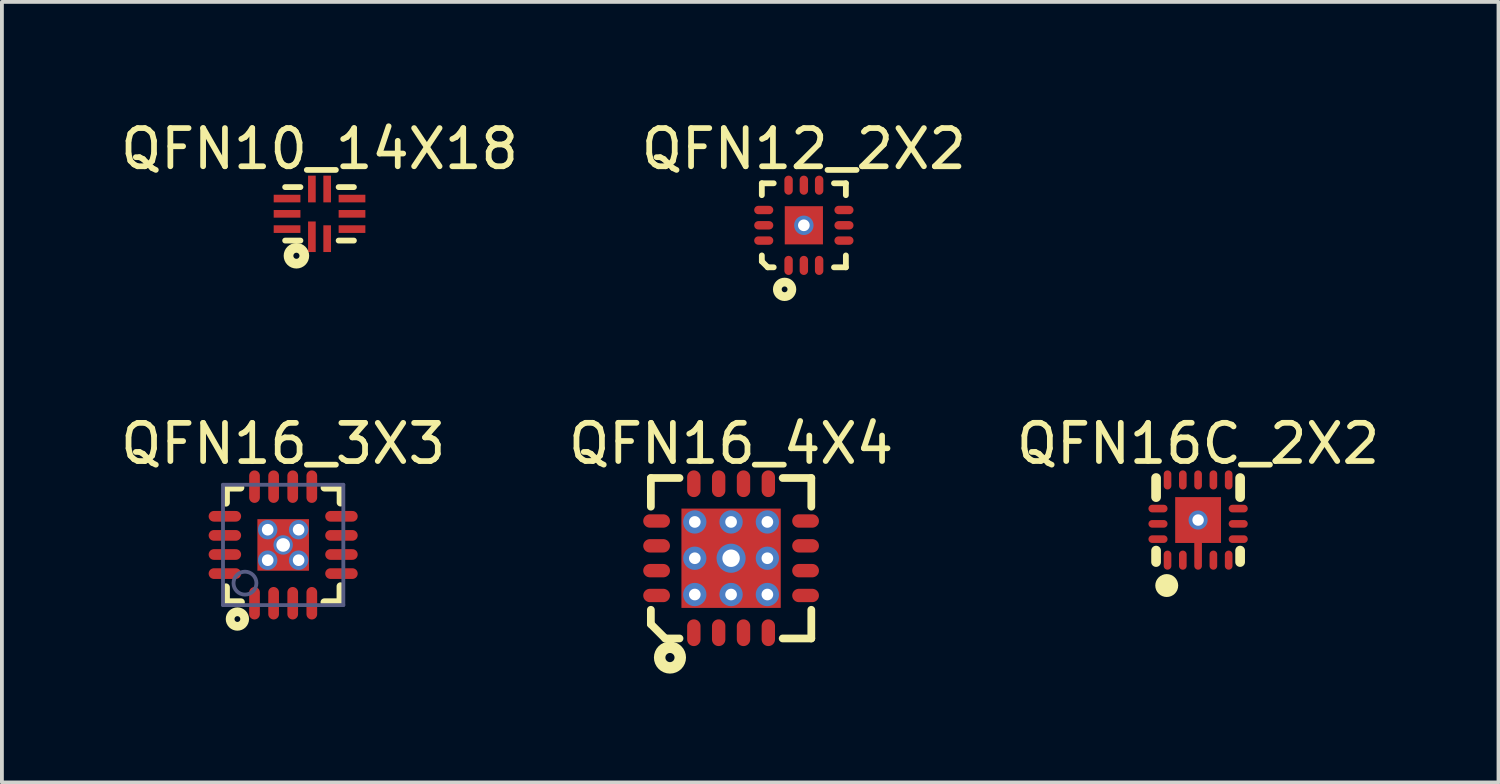
<source format=kicad_pcb>
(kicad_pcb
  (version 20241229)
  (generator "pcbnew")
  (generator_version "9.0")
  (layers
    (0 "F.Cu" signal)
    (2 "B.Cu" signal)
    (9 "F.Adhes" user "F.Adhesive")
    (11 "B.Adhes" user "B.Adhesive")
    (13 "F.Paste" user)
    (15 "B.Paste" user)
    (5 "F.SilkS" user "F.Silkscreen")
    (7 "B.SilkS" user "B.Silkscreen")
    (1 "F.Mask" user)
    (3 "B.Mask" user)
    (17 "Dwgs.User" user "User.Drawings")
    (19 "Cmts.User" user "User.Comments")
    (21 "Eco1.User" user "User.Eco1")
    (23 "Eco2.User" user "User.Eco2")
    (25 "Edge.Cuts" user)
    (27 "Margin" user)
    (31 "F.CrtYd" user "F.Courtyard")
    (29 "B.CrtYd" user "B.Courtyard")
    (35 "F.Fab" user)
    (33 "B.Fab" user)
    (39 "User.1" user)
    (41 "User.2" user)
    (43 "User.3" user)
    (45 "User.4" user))
  (footprint "QFN16_4X4"
    (layer "F.Cu")
    (at 16.089 11.564)
    (property "Reference" "QFN16_4X4" (at 0 -3 0) (layer "F.SilkS") (effects (font (size 1 1) (thickness 0.15))))
    (fp_line (start -2.1 -2.1) (end -1.35 -2.1) (stroke (width 0.203) (type solid)) (layer "F.SilkS"))
    (fp_line (start -2.1 -1.35) (end -2.1 -2.1) (stroke (width 0.203) (type solid)) (layer "F.SilkS"))
    (fp_line (start -2.1 1.725) (end -2.1 1.35) (stroke (width 0.203) (type solid)) (layer "F.SilkS"))
    (fp_line (start -2.1 1.725) (end -1.725 2.1) (stroke (width 0.203) (type solid)) (layer "F.SilkS"))
    (fp_line (start -1.725 2.1) (end -1.35 2.1) (stroke (width 0.203) (type solid)) (layer "F.SilkS"))
    (fp_line (start 1.35 -2.1) (end 2.1 -2.1) (stroke (width 0.203) (type solid)) (layer "F.SilkS"))
    (fp_line (start 1.35 2.1) (end 2.1 2.1) (stroke (width 0.203) (type solid)) (layer "F.SilkS"))
    (fp_line (start 2.1 -1.35) (end 2.1 -2.1) (stroke (width 0.203) (type solid)) (layer "F.SilkS"))
    (fp_line (start 2.1 2.1) (end 2.1 1.35) (stroke (width 0.203) (type solid)) (layer "F.SilkS"))
    (fp_circle (center -1.6 2.6) (end -1.6 2.48) (stroke (width 0.3) (type solid)) (fill no) (layer "F.SilkS"))
    (pad "0" thru_hole circle (at -0.95 -0.95) (size 0.61 0.61) (drill 0.305) (layers "*.Cu"))
    (pad "0" thru_hole circle (at -0.95 0) (size 0.61 0.61) (drill 0.305) (layers "*.Cu"))
    (pad "0" thru_hole circle (at -0.95 0.95) (size 0.61 0.61) (drill 0.305) (layers "*.Cu"))
    (pad "0" thru_hole circle (at 0 -0.95) (size 0.61 0.61) (drill 0.305) (layers "*.Cu"))
    (pad "0" thru_hole circle (at 0 0) (size 0.762 0.762) (drill 0.457) (layers "*.Cu" "*.Mask"))
    (pad "0" smd rect (at 0 0) (size 2.6 2.6) (layers "F.Cu" "F.Mask" "F.Paste"))
    (pad "0" thru_hole circle (at 0 0.95) (size 0.61 0.61) (drill 0.305) (layers "*.Cu"))
    (pad "0" thru_hole circle (at 0.95 -0.95) (size 0.61 0.61) (drill 0.305) (layers "*.Cu"))
    (pad "0" thru_hole circle (at 0.95 0) (size 0.61 0.61) (drill 0.305) (layers "*.Cu"))
    (pad "0" thru_hole circle (at 0.95 0.95) (size 0.61 0.61) (drill 0.305) (layers "*.Cu"))
    (pad "1" smd oval (at -0.975 1.95) (size 0.35 0.7) (layers "F.Cu" "F.Mask" "F.Paste"))
    (pad "2" smd oval (at -0.325 1.95) (size 0.35 0.7) (layers "F.Cu" "F.Mask" "F.Paste"))
    (pad "3" smd oval (at 0.325 1.95) (size 0.35 0.7) (layers "F.Cu" "F.Mask" "F.Paste"))
    (pad "4" smd oval (at 0.975 1.95) (size 0.35 0.7) (layers "F.Cu" "F.Mask" "F.Paste"))
    (pad "5" smd oval (at 1.95 0.975 90) (size 0.35 0.7) (layers "F.Cu" "F.Mask" "F.Paste"))
    (pad "6" smd oval (at 1.95 0.325 90) (size 0.35 0.7) (layers "F.Cu" "F.Mask" "F.Paste"))
    (pad "7" smd oval (at 1.95 -0.325 90) (size 0.35 0.7) (layers "F.Cu" "F.Mask" "F.Paste"))
    (pad "8" smd oval (at 1.95 -0.975 90) (size 0.35 0.7) (layers "F.Cu" "F.Mask" "F.Paste"))
    (pad "9" smd oval (at 0.975 -1.95 180) (size 0.35 0.7) (layers "F.Cu" "F.Mask" "F.Paste"))
    (pad "10" smd oval (at 0.325 -1.95 180) (size 0.35 0.7) (layers "F.Cu" "F.Mask" "F.Paste"))
    (pad "11" smd oval (at -0.325 -1.95 180) (size 0.35 0.7) (layers "F.Cu" "F.Mask" "F.Paste"))
    (pad "12" smd oval (at -0.975 -1.95 180) (size 0.35 0.7) (layers "F.Cu" "F.Mask" "F.Paste"))
    (pad "13" smd oval (at -1.95 -0.975 270) (size 0.35 0.7) (layers "F.Cu" "F.Mask" "F.Paste"))
    (pad "14" smd oval (at -1.95 -0.325 270) (size 0.35 0.7) (layers "F.Cu" "F.Mask" "F.Paste"))
    (pad "15" smd oval (at -1.95 0.325 270) (size 0.35 0.7) (layers "F.Cu" "F.Mask" "F.Paste"))
    (pad "16" smd oval (at -1.95 0.975 270) (size 0.35 0.7) (layers "F.Cu" "F.Mask" "F.Paste")))
  (footprint "QFN16C_2X2"
    (layer "F.Cu")
    (at 28.315 10.564)
    (property "Reference" "QFN16C_2X2" (at 0 -2 0) (layer "F.SilkS") (effects (font (size 1 1) (thickness 0.15))))
    (fp_line (start -1.1 -0.6) (end -1.1 -1.1) (stroke (width 0.254) (type solid)) (layer "F.SilkS"))
    (fp_line (start -1.1 1.1) (end -1.1 0.8) (stroke (width 0.254) (type solid)) (layer "F.SilkS"))
    (fp_line (start 1.1 -0.6) (end 1.1 -1.1) (stroke (width 0.254) (type solid)) (layer "F.SilkS"))
    (fp_line (start 1.1 1.1) (end 1.1 0.8) (stroke (width 0.254) (type solid)) (layer "F.SilkS"))
    (fp_circle (center -0.821 1.715) (end -0.821 1.565) (stroke (width 0.3) (type solid)) (fill no) (layer "F.SilkS"))
    (fp_line (start -1 -1) (end 1 -1) (stroke (width 0.15) (type solid)) (layer "Eco2.User"))
    (fp_line (start -1 1) (end -1 -1) (stroke (width 0.15) (type solid)) (layer "Eco2.User"))
    (fp_line (start -1 1) (end 1 1) (stroke (width 0.15) (type solid)) (layer "Eco2.User"))
    (fp_line (start 1 1) (end 1 -1) (stroke (width 0.15) (type solid)) (layer "Eco2.User"))
    (pad "0" thru_hole circle (at 0 0 90) (size 0.5 0.5) (drill 0.3) (layers "*.Cu" "*.Mask"))
    (pad "0" smd rect (at 0 0 90) (size 1.2 1.2) (layers "F.Cu" "F.Mask" "F.Paste"))
    (pad "1" smd oval (at -0.8 1.05 180) (size 0.2 0.5) (layers "F.Cu" "F.Mask" "F.Paste"))
    (pad "2" smd oval (at -0.4 1.05 180) (size 0.2 0.5) (layers "F.Cu" "F.Mask" "F.Paste"))
    (pad "3" smd oval (at 0 0.8) (size 0.2 1) (layers "F.Cu" "F.Mask" "F.Paste"))
    (pad "4" smd oval (at 0.4 1.05 180) (size 0.2 0.5) (layers "F.Cu" "F.Mask" "F.Paste"))
    (pad "5" smd oval (at 0.8 1.05) (size 0.2 0.5) (layers "F.Cu" "F.Mask" "F.Paste"))
    (pad "6" smd oval (at 1.05 0.5 90) (size 0.2 0.5) (layers "F.Cu" "F.Mask" "F.Paste"))
    (pad "7" smd oval (at 1.05 0.1 90) (size 0.2 0.5) (layers "F.Cu" "F.Mask" "F.Paste"))
    (pad "8" smd oval (at 1.05 -0.3 90) (size 0.2 0.5) (layers "F.Cu" "F.Mask" "F.Paste"))
    (pad "9" smd oval (at 0.8 -1.05) (size 0.2 0.5) (layers "F.Cu" "F.Mask" "F.Paste"))
    (pad "10" smd oval (at 0.4 -1.05 180) (size 0.2 0.5) (layers "F.Cu" "F.Mask" "F.Paste"))
    (pad "11" smd oval (at 0 -1.05) (size 0.2 0.5) (layers "F.Cu" "F.Mask" "F.Paste"))
    (pad "12" smd oval (at -0.4 -1.05 180) (size 0.2 0.5) (layers "F.Cu" "F.Mask" "F.Paste"))
    (pad "13" smd oval (at -0.8 -1.05 180) (size 0.2 0.5) (layers "F.Cu" "F.Mask" "F.Paste"))
    (pad "14" smd oval (at -1.05 -0.3 90) (size 0.2 0.5) (layers "F.Cu" "F.Mask" "F.Paste"))
    (pad "15" smd oval (at -1.05 0.1 90) (size 0.2 0.5) (layers "F.Cu" "F.Mask" "F.Paste"))
    (pad "16" smd oval (at -1.05 0.5 90) (size 0.2 0.5) (layers "F.Cu" "F.Mask" "F.Paste")))
  (footprint "QFN10_14X18"
    (layer "F.Cu")
    (at 5.315 2.548)
    (property "Reference" "QFN10_14X18" (at 0 -1.7 0) (layer "F.SilkS") (effects (font (size 1 1) (thickness 0.15))))
    (fp_line (start -0.9 -0.7) (end -0.5 -0.7) (stroke (width 0.152) (type solid)) (layer "F.SilkS"))
    (fp_line (start -0.9 0.7) (end -0.5 0.7) (stroke (width 0.152) (type solid)) (layer "F.SilkS"))
    (fp_line (start 0.5 -0.7) (end 0.9 -0.7) (stroke (width 0.152) (type solid)) (layer "F.SilkS"))
    (fp_line (start 0.5 0.7) (end 0.9 0.7) (stroke (width 0.152) (type solid)) (layer "F.SilkS"))
    (fp_circle (center -0.605 1.098) (end -0.605 1.018) (stroke (width 0.254) (type solid)) (fill no) (layer "F.SilkS"))
    (pad "1" smd rect (at -0.2 0.6) (size 0.2 0.8) (layers "F.Cu" "F.Mask" "F.Paste"))
    (pad "2" smd rect (at 0.2 0.65) (size 0.2 0.7) (layers "F.Cu" "F.Mask" "F.Paste"))
    (pad "3" smd rect (at 0.85 0.4 90) (size 0.2 0.7) (layers "F.Cu" "F.Mask" "F.Paste"))
    (pad "4" smd rect (at 0.85 0 90) (size 0.2 0.7) (layers "F.Cu" "F.Mask" "F.Paste"))
    (pad "5" smd rect (at 0.85 -0.4 90) (size 0.2 0.7) (layers "F.Cu" "F.Mask" "F.Paste"))
    (pad "6" smd rect (at 0.2 -0.65) (size 0.2 0.7) (layers "F.Cu" "F.Mask" "F.Paste"))
    (pad "7" smd rect (at -0.2 -0.65) (size 0.2 0.7) (layers "F.Cu" "F.Mask" "F.Paste"))
    (pad "8" smd rect (at -0.85 -0.4 90) (size 0.2 0.7) (layers "F.Cu" "F.Mask" "F.Paste"))
    (pad "9" smd rect (at -0.85 0 90) (size 0.2 0.7) (layers "F.Cu" "F.Mask" "F.Paste"))
    (pad "10" smd rect (at -0.85 0.4 90) (size 0.2 0.7) (layers "F.Cu" "F.Mask" "F.Paste")))
  (footprint "QFN12_2X2"
    (layer "F.Cu")
    (at 17.994 2.848)
    (property "Reference" "QFN12_2X2" (at 0 -2 0) (layer "F.SilkS") (effects (font (size 1 1) (thickness 0.15))))
    (fp_line (start -1.1 -1.1) (end -0.789 -1.1) (stroke (width 0.152) (type solid)) (layer "F.SilkS"))
    (fp_line (start -1.1 -0.789) (end -1.1 -1.1) (stroke (width 0.152) (type solid)) (layer "F.SilkS"))
    (fp_line (start -1.1 0.945) (end -1.1 0.789) (stroke (width 0.152) (type solid)) (layer "F.SilkS"))
    (fp_line (start -1.1 0.945) (end -0.945 1.1) (stroke (width 0.152) (type solid)) (layer "F.SilkS"))
    (fp_line (start -0.945 1.1) (end -0.789 1.1) (stroke (width 0.152) (type solid)) (layer "F.SilkS"))
    (fp_line (start 0.789 -1.1) (end 1.1 -1.1) (stroke (width 0.152) (type solid)) (layer "F.SilkS"))
    (fp_line (start 0.789 1.1) (end 1.1 1.1) (stroke (width 0.152) (type solid)) (layer "F.SilkS"))
    (fp_line (start 1.1 -0.789) (end 1.1 -1.1) (stroke (width 0.152) (type solid)) (layer "F.SilkS"))
    (fp_line (start 1.1 1.1) (end 1.1 0.789) (stroke (width 0.152) (type solid)) (layer "F.SilkS"))
    (fp_circle (center -0.504 1.677) (end -0.504 1.601) (stroke (width 0.229) (type solid)) (fill no) (layer "F.SilkS"))
    (pad "0" thru_hole circle (at 0 0) (size 0.508 0.508) (drill 0.305) (layers "*.Cu" "*.Mask"))
    (pad "0" smd rect (at 0 0) (size 1 1) (layers "F.Cu" "F.Mask" "F.Paste"))
    (pad "1" smd oval (at -0.4 1.05) (size 0.22 0.5) (layers "F.Cu" "F.Mask" "F.Paste"))
    (pad "2" smd oval (at 0 1.05) (size 0.22 0.5) (layers "F.Cu" "F.Mask" "F.Paste"))
    (pad "3" smd oval (at 0.4 1.05) (size 0.22 0.5) (layers "F.Cu" "F.Mask" "F.Paste"))
    (pad "4" smd oval (at 1.05 0.4 90) (size 0.22 0.5) (layers "F.Cu" "F.Mask" "F.Paste"))
    (pad "5" smd oval (at 1.05 0 90) (size 0.22 0.5) (layers "F.Cu" "F.Mask" "F.Paste"))
    (pad "6" smd oval (at 1.05 -0.4 90) (size 0.22 0.5) (layers "F.Cu" "F.Mask" "F.Paste"))
    (pad "7" smd oval (at 0.4 -1.05 180) (size 0.22 0.5) (layers "F.Cu" "F.Mask" "F.Paste"))
    (pad "8" smd oval (at 0 -1.05 180) (size 0.22 0.5) (layers "F.Cu" "F.Mask" "F.Paste"))
    (pad "9" smd oval (at -0.4 -1.05 180) (size 0.22 0.5) (layers "F.Cu" "F.Mask" "F.Paste"))
    (pad "10" smd oval (at -1.05 -0.4 270) (size 0.22 0.5) (layers "F.Cu" "F.Mask" "F.Paste"))
    (pad "11" smd oval (at -1.05 0 270) (size 0.22 0.5) (layers "F.Cu" "F.Mask" "F.Paste"))
    (pad "12" smd oval (at -1.05 0.4 270) (size 0.22 0.5) (layers "F.Cu" "F.Mask" "F.Paste")))
  (footprint "QFN16_3X3"
    (layer "F.Cu")
    (at 4.363 11.216)
    (property "Reference" "QFN16_3X3" (at 0 -2.651 0) (layer "F.SilkS") (effects (font (size 1 1) (thickness 0.15))))
    (fp_line (start -1.497 -1.5) (end -1.118 -1.5) (stroke (width 0.203) (type solid)) (layer "F.SilkS"))
    (fp_line (start -1.497 -1.105) (end -1.497 -1.5) (stroke (width 0.203) (type solid)) (layer "F.SilkS"))
    (fp_line (start -1.497 1.5) (end -1.497 1.108) (stroke (width 0.203) (type solid)) (layer "F.SilkS"))
    (fp_line (start -1.497 1.5) (end -1.105 1.5) (stroke (width 0.203) (type solid)) (layer "F.SilkS"))
    (fp_line (start 1.079 1.5) (end 1.5 1.5) (stroke (width 0.203) (type solid)) (layer "F.SilkS"))
    (fp_line (start 1.082 -1.5) (end 1.503 -1.5) (stroke (width 0.203) (type solid)) (layer "F.SilkS"))
    (fp_line (start 1.5 1.5) (end 1.5 1.08) (stroke (width 0.203) (type solid)) (layer "F.SilkS"))
    (fp_line (start 1.503 -1.108) (end 1.503 -1.5) (stroke (width 0.203) (type solid)) (layer "F.SilkS"))
    (fp_circle (center -1.198 1.94) (end -1.198 1.864) (stroke (width 0.229) (type solid)) (fill no) (layer "F.SilkS"))
    (fp_line (start -1.575 -1.575) (end 1.575 -1.575) (stroke (width 0.1) (type solid)) (layer "B.Fab"))
    (fp_line (start -1.575 1.575) (end -1.575 -1.575) (stroke (width 0.1) (type solid)) (layer "B.Fab"))
    (fp_line (start -1.575 1.575) (end 1.575 1.575) (stroke (width 0.1) (type solid)) (layer "B.Fab"))
    (fp_line (start 1.575 1.575) (end 1.575 -1.575) (stroke (width 0.1) (type solid)) (layer "B.Fab"))
    (fp_circle (center -1 1) (end -1 0.7) (stroke (width 0.1) (type solid)) (fill no) (layer "B.Fab"))
    (pad "0" thru_hole circle (at -0.405 -0.399) (size 0.508 0.508) (drill 0.305) (layers "*.Cu"))
    (pad "0" thru_hole circle (at -0.405 0.399) (size 0.508 0.508) (drill 0.305) (layers "*.Cu"))
    (pad "0" thru_hole circle (at 0 0) (size 0.508 0.508) (drill 0.356) (layers "*.Cu" "*.Mask"))
    (pad "0" smd rect (at 0 0 90) (size 1.35 1.35) (layers "F.Cu" "F.Mask" "F.Paste"))
    (pad "0" thru_hole circle (at 0.405 -0.399) (size 0.508 0.508) (drill 0.305) (layers "*.Cu"))
    (pad "0" thru_hole circle (at 0.405 0.399) (size 0.508 0.508) (drill 0.305) (layers "*.Cu"))
    (pad "1" smd oval (at -0.75 1.526 180) (size 0.28 0.85) (layers "F.Cu" "F.Mask" "F.Paste"))
    (pad "2" smd oval (at -0.25 1.526 180) (size 0.28 0.85) (layers "F.Cu" "F.Mask" "F.Paste"))
    (pad "3" smd oval (at 0.25 1.526 180) (size 0.28 0.85) (layers "F.Cu" "F.Mask" "F.Paste"))
    (pad "4" smd oval (at 0.75 1.526 180) (size 0.28 0.85) (layers "F.Cu" "F.Mask" "F.Paste"))
    (pad "5" smd oval (at 1.526 0.75 90) (size 0.28 0.85) (layers "F.Cu" "F.Mask" "F.Paste"))
    (pad "6" smd oval (at 1.526 0.25 90) (size 0.28 0.85) (layers "F.Cu" "F.Mask" "F.Paste"))
    (pad "7" smd oval (at 1.526 -0.25 90) (size 0.28 0.85) (layers "F.Cu" "F.Mask" "F.Paste"))
    (pad "8" smd oval (at 1.526 -0.75 90) (size 0.28 0.85) (layers "F.Cu" "F.Mask" "F.Paste"))
    (pad "9" smd oval (at 0.75 -1.526 180) (size 0.28 0.85) (layers "F.Cu" "F.Mask" "F.Paste"))
    (pad "10" smd oval (at 0.25 -1.526 180) (size 0.28 0.85) (layers "F.Cu" "F.Mask" "F.Paste"))
    (pad "11" smd oval (at -0.25 -1.526 180) (size 0.28 0.85) (layers "F.Cu" "F.Mask" "F.Paste"))
    (pad "12" smd oval (at -0.75 -1.526 180) (size 0.28 0.85) (layers "F.Cu" "F.Mask" "F.Paste"))
    (pad "13" smd oval (at -1.526 -0.75 90) (size 0.28 0.85) (layers "F.Cu" "F.Mask" "F.Paste"))
    (pad "14" smd oval (at -1.526 -0.25 90) (size 0.28 0.85) (layers "F.Cu" "F.Mask" "F.Paste"))
    (pad "15" smd oval (at -1.526 0.25 90) (size 0.28 0.85) (layers "F.Cu" "F.Mask" "F.Paste"))
    (pad "16" smd oval (at -1.526 0.75 90) (size 0.28 0.85) (layers "F.Cu" "F.Mask" "F.Paste")))
  (gr_rect
    (start -3 -3)
    (end 36.179 17.434)
    (stroke (width 0.1) (type default))
    (fill no)
    (layer "Edge.Cuts")))
</source>
